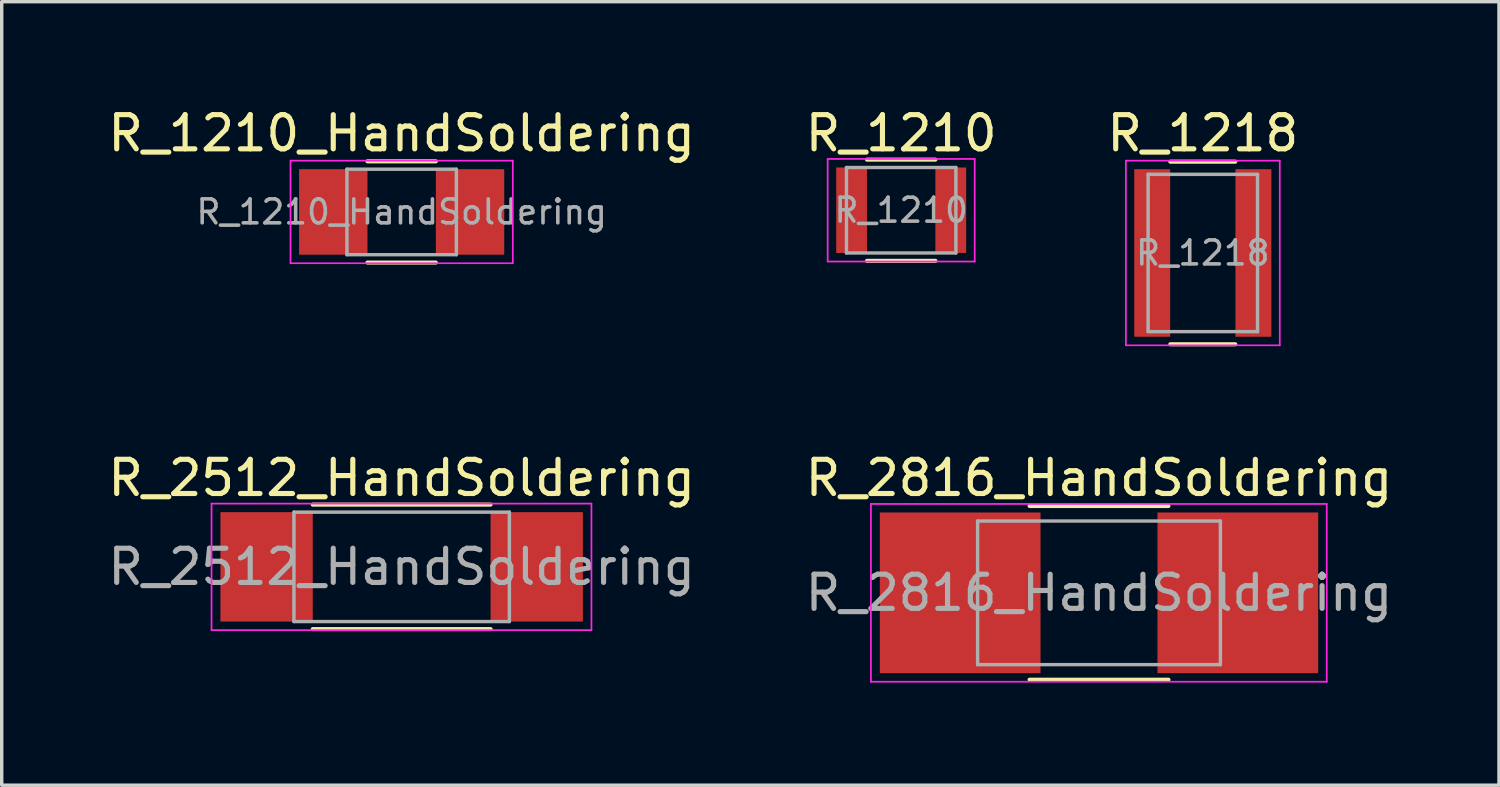
<source format=kicad_pcb>
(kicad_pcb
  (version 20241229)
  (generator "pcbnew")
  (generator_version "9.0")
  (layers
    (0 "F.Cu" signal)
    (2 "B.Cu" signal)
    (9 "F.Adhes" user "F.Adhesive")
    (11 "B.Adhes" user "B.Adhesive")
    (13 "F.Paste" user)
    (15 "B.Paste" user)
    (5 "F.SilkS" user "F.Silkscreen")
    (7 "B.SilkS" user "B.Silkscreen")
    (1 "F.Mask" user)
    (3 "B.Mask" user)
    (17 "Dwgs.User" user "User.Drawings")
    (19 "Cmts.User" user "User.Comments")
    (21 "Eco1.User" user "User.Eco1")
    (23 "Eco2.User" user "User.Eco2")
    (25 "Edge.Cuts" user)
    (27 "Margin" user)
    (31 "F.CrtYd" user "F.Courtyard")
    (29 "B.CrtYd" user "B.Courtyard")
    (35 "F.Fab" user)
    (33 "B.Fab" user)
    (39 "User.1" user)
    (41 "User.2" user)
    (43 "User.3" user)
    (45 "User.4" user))
  (footprint "R_1210"
    (layer "F.Cu")
    (at 23.304 3.098)
    (property "Reference" "R_1210" (at 0 -2.25 0) (layer "F.SilkS") (effects (font (size 1 1) (thickness 0.15))))
    (attr smd)
    (fp_line (start -1 -1.48) (end 1 -1.48) (stroke (width 0.12) (type solid)) (layer "F.SilkS"))
    (fp_line (start 1 1.48) (end -1 1.48) (stroke (width 0.12) (type solid)) (layer "F.SilkS"))
    (fp_line (start -2.15 -1.5) (end -2.15 1.5) (stroke (width 0.05) (type solid)) (layer "F.CrtYd"))
    (fp_line (start -2.15 -1.5) (end 2.15 -1.5) (stroke (width 0.05) (type solid)) (layer "F.CrtYd"))
    (fp_line (start 2.15 1.5) (end -2.15 1.5) (stroke (width 0.05) (type solid)) (layer "F.CrtYd"))
    (fp_line (start 2.15 1.5) (end 2.15 -1.5) (stroke (width 0.05) (type solid)) (layer "F.CrtYd"))
    (fp_line (start -1.6 -1.25) (end 1.6 -1.25) (stroke (width 0.1) (type solid)) (layer "F.Fab"))
    (fp_line (start -1.6 1.25) (end -1.6 -1.25) (stroke (width 0.1) (type solid)) (layer "F.Fab"))
    (fp_line (start 1.6 -1.25) (end 1.6 1.25) (stroke (width 0.1) (type solid)) (layer "F.Fab"))
    (fp_line (start 1.6 1.25) (end -1.6 1.25) (stroke (width 0.1) (type solid)) (layer "F.Fab"))
    (fp_text user "${REFERENCE}" (at 0 0 0) (layer "F.Fab") (effects (font (size 0.7 0.7) (thickness 0.105))))
    (pad "1" smd rect (at -1.45 0) (size 0.9 2.5) (layers "F.Cu" "F.Mask" "F.Paste"))
    (pad "2" smd rect (at 1.45 0) (size 0.9 2.5) (layers "F.Cu" "F.Mask" "F.Paste")))
  (footprint "R_2512_HandSoldering"
    (layer "F.Cu")
    (at 8.696 13.527)
    (property "Reference" "R_2512_HandSoldering" (at 0 -2.6 0) (layer "F.SilkS") (effects (font (size 1 1) (thickness 0.15))))
    (attr smd)
    (fp_line (start -2.6 -1.82) (end 2.6 -1.82) (stroke (width 0.12) (type solid)) (layer "F.SilkS"))
    (fp_line (start 2.6 1.82) (end -2.6 1.82) (stroke (width 0.12) (type solid)) (layer "F.SilkS"))
    (fp_line (start -5.56 -1.85) (end -5.56 1.85) (stroke (width 0.05) (type solid)) (layer "F.CrtYd"))
    (fp_line (start -5.56 -1.85) (end 5.55 -1.85) (stroke (width 0.05) (type solid)) (layer "F.CrtYd"))
    (fp_line (start 5.55 1.85) (end -5.56 1.85) (stroke (width 0.05) (type solid)) (layer "F.CrtYd"))
    (fp_line (start 5.55 1.85) (end 5.55 -1.85) (stroke (width 0.05) (type solid)) (layer "F.CrtYd"))
    (fp_line (start -3.15 -1.6) (end 3.15 -1.6) (stroke (width 0.1) (type solid)) (layer "F.Fab"))
    (fp_line (start -3.15 1.6) (end -3.15 -1.6) (stroke (width 0.1) (type solid)) (layer "F.Fab"))
    (fp_line (start 3.15 -1.6) (end 3.15 1.6) (stroke (width 0.1) (type solid)) (layer "F.Fab"))
    (fp_line (start 3.15 1.6) (end -3.15 1.6) (stroke (width 0.1) (type solid)) (layer "F.Fab"))
    (fp_text user "${REFERENCE}" (at 0 0 0) (layer "F.Fab") (effects (font (size 1 1) (thickness 0.15))))
    (pad "1" smd rect (at -3.95 0) (size 2.7 3.2) (layers "F.Cu" "F.Mask" "F.Paste"))
    (pad "2" smd rect (at 3.95 0) (size 2.7 3.2) (layers "F.Cu" "F.Mask" "F.Paste")))
  (footprint "R_2816_HandSoldering"
    (layer "F.Cu")
    (at 29.089 14.287)
    (property "Reference" "R_2816_HandSoldering" (at 0 -3.36 0) (layer "F.SilkS") (effects (font (size 1 1) (thickness 0.15))))
    (attr smd)
    (fp_line (start -2.03 -2.54) (end 2.03 -2.54) (stroke (width 0.12) (type solid)) (layer "F.SilkS"))
    (fp_line (start -2.03 2.54) (end 2.03 2.54) (stroke (width 0.12) (type solid)) (layer "F.SilkS"))
    (fp_line (start -6.67 -2.6) (end -6.67 2.6) (stroke (width 0.05) (type solid)) (layer "F.CrtYd"))
    (fp_line (start -6.67 -2.6) (end 6.66 -2.6) (stroke (width 0.05) (type solid)) (layer "F.CrtYd"))
    (fp_line (start 6.66 2.6) (end -6.67 2.6) (stroke (width 0.05) (type solid)) (layer "F.CrtYd"))
    (fp_line (start 6.66 2.6) (end 6.66 -2.6) (stroke (width 0.05) (type solid)) (layer "F.CrtYd"))
    (fp_line (start -3.55 -2.1) (end 3.55 -2.1) (stroke (width 0.1) (type solid)) (layer "F.Fab"))
    (fp_line (start -3.55 2.1) (end -3.55 -2.1) (stroke (width 0.1) (type solid)) (layer "F.Fab"))
    (fp_line (start 3.55 -2.1) (end 3.55 2.1) (stroke (width 0.1) (type solid)) (layer "F.Fab"))
    (fp_line (start 3.55 2.1) (end -3.55 2.1) (stroke (width 0.1) (type solid)) (layer "F.Fab"))
    (fp_text user "${REFERENCE}" (at 0 0 0) (layer "F.Fab") (effects (font (size 1 1) (thickness 0.15))))
    (pad "1" smd rect (at -4.06 0) (size 4.7 4.7) (layers "F.Cu" "F.Mask" "F.Paste"))
    (pad "2" smd rect (at 4.06 0) (size 4.7 4.7) (layers "F.Cu" "F.Mask" "F.Paste")))
  (footprint "R_1210_HandSoldering"
    (layer "F.Cu")
    (at 8.696 3.148)
    (property "Reference" "R_1210_HandSoldering" (at 0 -2.3 0) (layer "F.SilkS") (effects (font (size 1 1) (thickness 0.15))))
    (attr smd)
    (fp_line (start -1 -1.48) (end 1 -1.48) (stroke (width 0.12) (type solid)) (layer "F.SilkS"))
    (fp_line (start 1 1.48) (end -1 1.48) (stroke (width 0.12) (type solid)) (layer "F.SilkS"))
    (fp_line (start -3.25 -1.5) (end -3.25 1.5) (stroke (width 0.05) (type solid)) (layer "F.CrtYd"))
    (fp_line (start -3.25 -1.5) (end 3.25 -1.5) (stroke (width 0.05) (type solid)) (layer "F.CrtYd"))
    (fp_line (start 3.25 1.5) (end -3.25 1.5) (stroke (width 0.05) (type solid)) (layer "F.CrtYd"))
    (fp_line (start 3.25 1.5) (end 3.25 -1.5) (stroke (width 0.05) (type solid)) (layer "F.CrtYd"))
    (fp_line (start -1.6 -1.25) (end 1.6 -1.25) (stroke (width 0.1) (type solid)) (layer "F.Fab"))
    (fp_line (start -1.6 1.25) (end -1.6 -1.25) (stroke (width 0.1) (type solid)) (layer "F.Fab"))
    (fp_line (start 1.6 -1.25) (end 1.6 1.25) (stroke (width 0.1) (type solid)) (layer "F.Fab"))
    (fp_line (start 1.6 1.25) (end -1.6 1.25) (stroke (width 0.1) (type solid)) (layer "F.Fab"))
    (fp_text user "${REFERENCE}" (at 0 0 0) (layer "F.Fab") (effects (font (size 0.7 0.7) (thickness 0.105))))
    (pad "1" smd rect (at -2 0) (size 2 2.5) (layers "F.Cu" "F.Mask" "F.Paste"))
    (pad "2" smd rect (at 2 0) (size 2 2.5) (layers "F.Cu" "F.Mask" "F.Paste")))
  (footprint "R_1218"
    (layer "F.Cu")
    (at 32.125 4.348)
    (property "Reference" "R_1218" (at 0 -3.5 0) (layer "F.SilkS") (effects (font (size 1 1) (thickness 0.15))))
    (attr smd)
    (fp_line (start -0.95 -2.67) (end 0.95 -2.67) (stroke (width 0.12) (type solid)) (layer "F.SilkS"))
    (fp_line (start 0.95 2.67) (end -0.95 2.67) (stroke (width 0.12) (type solid)) (layer "F.SilkS"))
    (fp_line (start -2.25 -2.7) (end -2.25 2.7) (stroke (width 0.05) (type solid)) (layer "F.CrtYd"))
    (fp_line (start -2.25 -2.7) (end 2.25 -2.7) (stroke (width 0.05) (type solid)) (layer "F.CrtYd"))
    (fp_line (start 2.25 2.7) (end -2.25 2.7) (stroke (width 0.05) (type solid)) (layer "F.CrtYd"))
    (fp_line (start 2.25 2.7) (end 2.25 -2.7) (stroke (width 0.05) (type solid)) (layer "F.CrtYd"))
    (fp_line (start -1.6 -2.3) (end -1.6 2.3) (stroke (width 0.1) (type solid)) (layer "F.Fab"))
    (fp_line (start -1.6 2.3) (end 1.6 2.3) (stroke (width 0.1) (type solid)) (layer "F.Fab"))
    (fp_line (start 1.6 -2.3) (end -1.6 -2.3) (stroke (width 0.1) (type solid)) (layer "F.Fab"))
    (fp_line (start 1.6 2.3) (end 1.6 -2.3) (stroke (width 0.1) (type solid)) (layer "F.Fab"))
    (fp_text user "${REFERENCE}" (at 0 0 0) (layer "F.Fab") (effects (font (size 0.7 0.7) (thickness 0.105))))
    (pad "1" smd rect (at -1.48 0) (size 1.05 4.9) (layers "F.Cu" "F.Mask" "F.Paste"))
    (pad "2" smd rect (at 1.48 0) (size 1.05 4.9) (layers "F.Cu" "F.Mask" "F.Paste")))
  (gr_rect
    (start -3 -3)
    (end 40.786 19.912)
    (stroke (width 0.1) (type default))
    (fill no)
    (layer "Edge.Cuts")))
</source>
